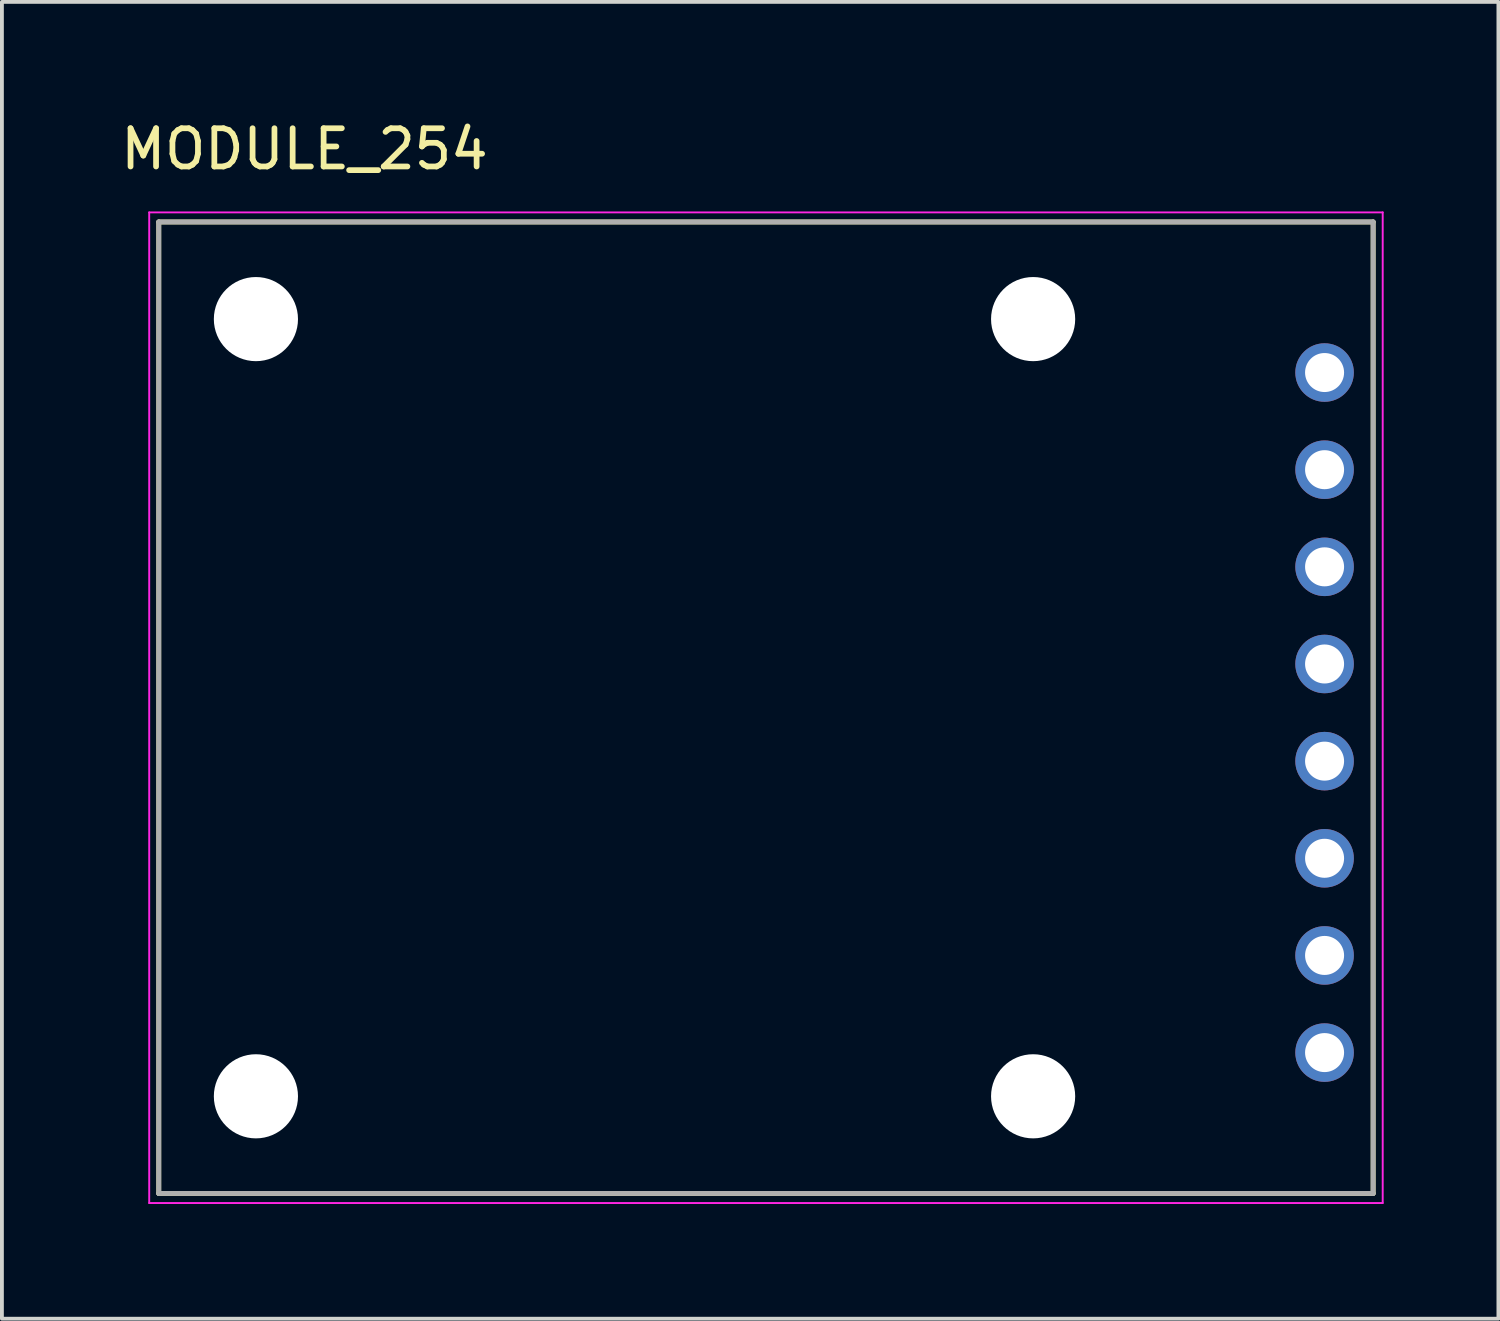
<source format=kicad_pcb>
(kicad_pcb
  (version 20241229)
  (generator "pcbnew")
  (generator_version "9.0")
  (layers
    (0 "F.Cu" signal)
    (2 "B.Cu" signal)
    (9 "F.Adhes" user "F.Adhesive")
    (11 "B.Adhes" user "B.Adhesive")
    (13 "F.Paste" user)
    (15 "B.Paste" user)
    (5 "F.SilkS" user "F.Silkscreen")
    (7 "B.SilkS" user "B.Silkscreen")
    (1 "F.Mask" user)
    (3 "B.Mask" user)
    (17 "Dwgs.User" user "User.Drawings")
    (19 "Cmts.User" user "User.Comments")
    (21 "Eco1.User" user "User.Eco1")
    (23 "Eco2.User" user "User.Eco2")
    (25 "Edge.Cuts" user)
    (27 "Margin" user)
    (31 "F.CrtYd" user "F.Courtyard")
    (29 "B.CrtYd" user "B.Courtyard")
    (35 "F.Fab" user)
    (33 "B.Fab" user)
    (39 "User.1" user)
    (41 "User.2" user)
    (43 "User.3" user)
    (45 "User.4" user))
  (footprint "MODULE_254"
    (layer "F.Cu")
    (at 16.976 15.453)
    (property "Reference" "MODULE_254" (at -12.065 -14.605 0) (layer "F.SilkS") (effects (font (size 1 1) (thickness 0.15))))
    (attr through_hole)
    (fp_line (start -15.875 -12.7) (end 15.875 -12.7) (stroke (width 0.127) (type solid)) (layer "F.SilkS"))
    (fp_line (start -15.875 12.7) (end -15.875 -12.7) (stroke (width 0.127) (type solid)) (layer "F.SilkS"))
    (fp_line (start 15.875 -12.7) (end 15.875 12.7) (stroke (width 0.127) (type solid)) (layer "F.SilkS"))
    (fp_line (start 15.875 12.7) (end -15.875 12.7) (stroke (width 0.127) (type solid)) (layer "F.SilkS"))
    (fp_line (start -16.125 -12.95) (end 16.125 -12.95) (stroke (width 0.05) (type solid)) (layer "F.CrtYd"))
    (fp_line (start -16.125 12.95) (end -16.125 -12.95) (stroke (width 0.05) (type solid)) (layer "F.CrtYd"))
    (fp_line (start 16.125 -12.95) (end 16.125 12.95) (stroke (width 0.05) (type solid)) (layer "F.CrtYd"))
    (fp_line (start 16.125 12.95) (end -16.125 12.95) (stroke (width 0.05) (type solid)) (layer "F.CrtYd"))
    (fp_line (start -15.875 -12.7) (end 15.875 -12.7) (stroke (width 0.127) (type solid)) (layer "F.Fab"))
    (fp_line (start -15.875 12.7) (end -15.875 -12.7) (stroke (width 0.127) (type solid)) (layer "F.Fab"))
    (fp_line (start 15.875 -12.7) (end 15.875 12.7) (stroke (width 0.127) (type solid)) (layer "F.Fab"))
    (fp_line (start 15.875 12.7) (end -15.875 12.7) (stroke (width 0.127) (type solid)) (layer "F.Fab"))
    (pad "" np_thru_hole circle (at -13.335 -10.16) (size 2.2 2.2) (drill 2.2) (layers "*.Cu" "*.Mask"))
    (pad "" np_thru_hole circle (at -13.335 10.16) (size 2.2 2.2) (drill 2.2) (layers "*.Cu" "*.Mask"))
    (pad "" np_thru_hole circle (at 6.985 -10.16) (size 2.2 2.2) (drill 2.2) (layers "*.Cu" "*.Mask"))
    (pad "" np_thru_hole circle (at 6.985 10.16) (size 2.2 2.2) (drill 2.2) (layers "*.Cu" "*.Mask"))
    (pad "3V" thru_hole circle (at 14.605 6.477) (size 1.53 1.53) (drill 1.02) (layers "*.Cu" "*.Mask"))
    (pad "5V" thru_hole circle (at 14.605 9.017) (size 1.53 1.53) (drill 1.02) (layers "*.Cu" "*.Mask"))
    (pad "CD" thru_hole circle (at 14.605 -8.763) (size 1.53 1.53) (drill 1.02) (layers "*.Cu" "*.Mask"))
    (pad "CLK" thru_hole circle (at 14.605 1.397) (size 1.53 1.53) (drill 1.02) (layers "*.Cu" "*.Mask"))
    (pad "CS" thru_hole circle (at 14.605 -6.223) (size 1.53 1.53) (drill 1.02) (layers "*.Cu" "*.Mask"))
    (pad "DI" thru_hole circle (at 14.605 -3.683) (size 1.53 1.53) (drill 1.02) (layers "*.Cu" "*.Mask"))
    (pad "DO" thru_hole circle (at 14.605 -1.143) (size 1.53 1.53) (drill 1.02) (layers "*.Cu" "*.Mask"))
    (pad "GND" thru_hole circle (at 14.605 3.937) (size 1.53 1.53) (drill 1.02) (layers "*.Cu" "*.Mask")))
  (gr_rect
    (start -3 -3)
    (end 36.126 31.428)
    (stroke (width 0.1) (type default))
    (fill no)
    (layer "Edge.Cuts")))
</source>
